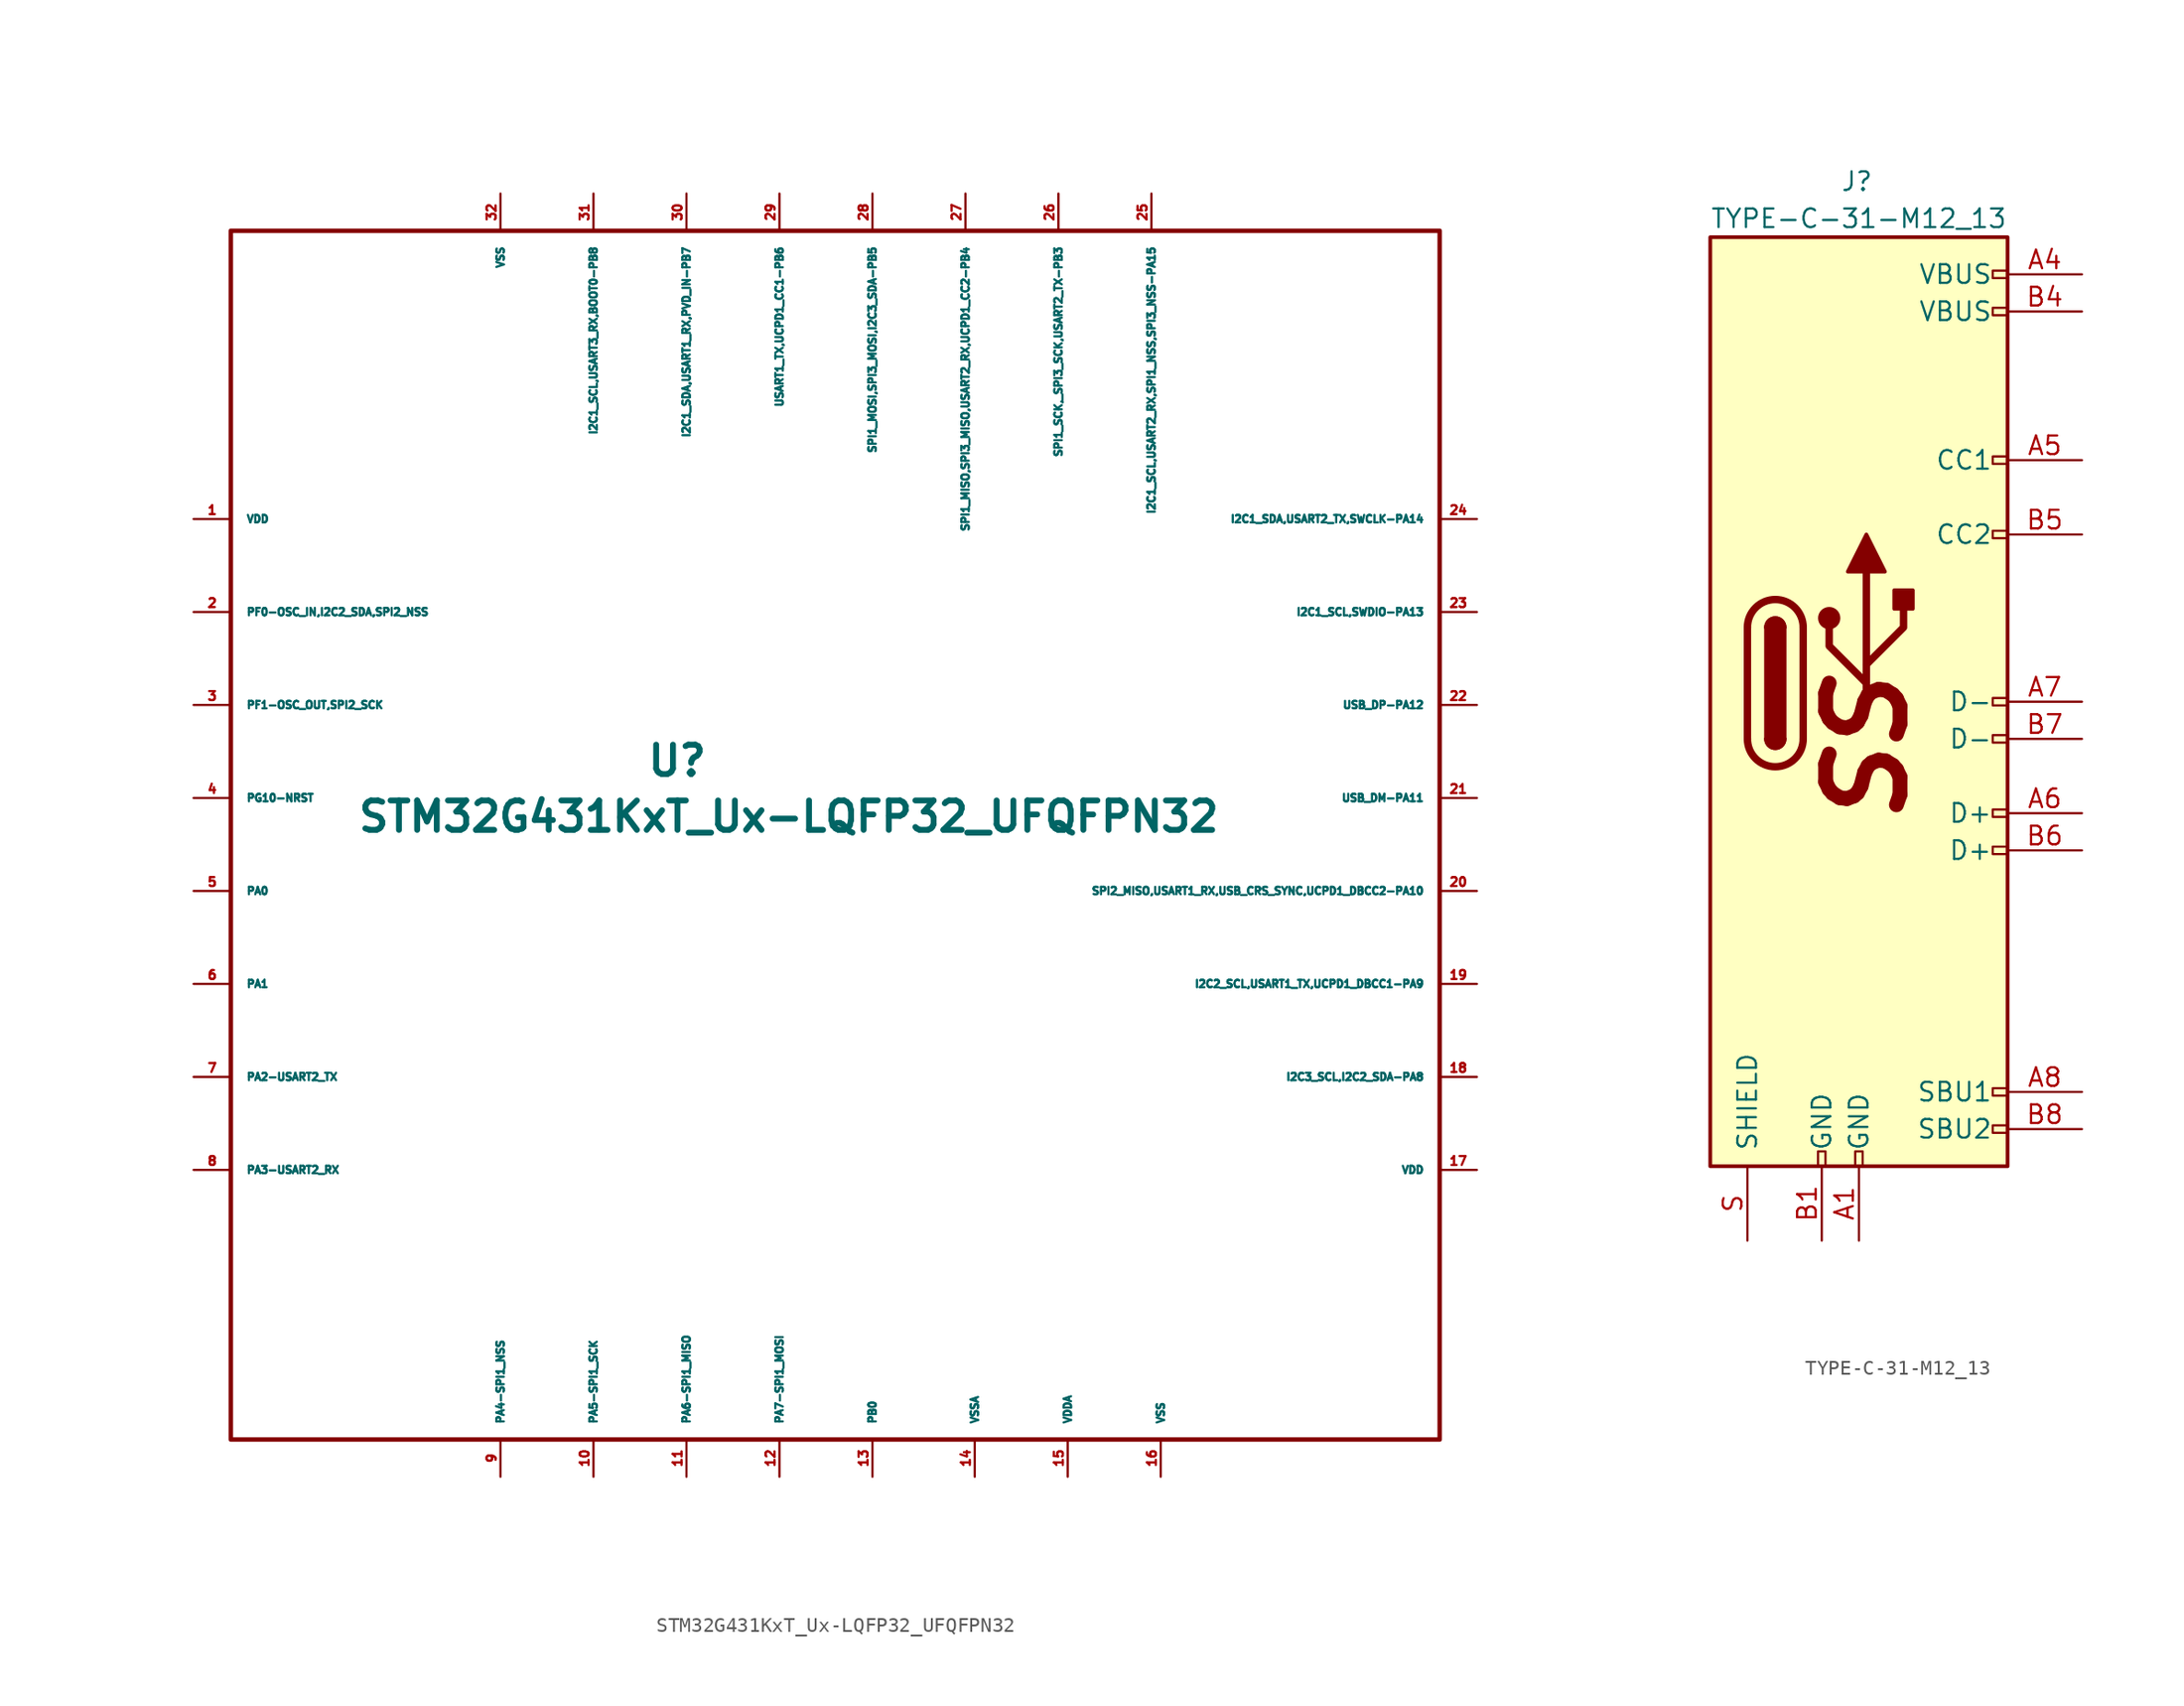
<source format=kicad_sym>
(kicad_symbol_lib
  (version 20211014)
  (generator kicad_symbol_editor)
  (symbol "STM32G431KxT_Ux-LQFP32_UFQFPN32"
    (pin_names
      (offset 1.016))
    (property "Reference" "U"
      (at -10.16 5.715 0)
      (effects (font (size 2.007 2.007) bold)))
    (property "Value" "STM32G431KxT_Ux-LQFP32_UFQFPN32"
      (at -2.54 1.905 0)
      (effects (font (size 2.007 2.007) bold)))
    (symbol "STM32G431KxT_Ux-LQFP32_UFQFPN32_0_1"
      (rectangle (start 41.91 41.91) (end -40.64 -40.64) (stroke (width 0.305) (type default) (color 0 0 0 0)) (fill (type none))))
    (symbol "STM32G431KxT_Ux-LQFP32_UFQFPN32_1_1"
      (pin power_in line (at -43.18 22.225 0) (length 2.54) (name "VDD" (effects (font (size 0.508 0.508)))) (number "1" (effects (font (size 0.61 0.61)))))
      (pin bidirectional line (at -15.875 -43.18 90) (length 2.54) (name "PA5-SPI1_SCK" (effects (font (size 0.508 0.508)))) (number "10" (effects (font (size 0.61 0.61)))))
      (pin bidirectional line (at -9.525 -43.18 90) (length 2.54) (name "PA6-SPI1_MISO" (effects (font (size 0.508 0.508)))) (number "11" (effects (font (size 0.61 0.61)))))
      (pin bidirectional line (at -3.175 -43.18 90) (length 2.54) (name "PA7-SPI1_MOSI" (effects (font (size 0.508 0.508)))) (number "12" (effects (font (size 0.61 0.61)))))
      (pin bidirectional line (at 3.175 -43.18 90) (length 2.54) (name "PB0" (effects (font (size 0.508 0.508)))) (number "13" (effects (font (size 0.61 0.61)))))
      (pin power_in line (at 10.16 -43.18 90) (length 2.54) (name "VSSA" (effects (font (size 0.508 0.508)))) (number "14" (effects (font (size 0.61 0.61)))))
      (pin power_in line (at 16.51 -43.18 90) (length 2.54) (name "VDDA" (effects (font (size 0.508 0.508)))) (number "15" (effects (font (size 0.61 0.61)))))
      (pin power_in line (at 22.86 -43.18 90) (length 2.54) (name "VSS" (effects (font (size 0.508 0.508)))) (number "16" (effects (font (size 0.61 0.61)))))
      (pin power_in line (at 44.45 -22.225 180) (length 2.54) (name "VDD" (effects (font (size 0.508 0.508)))) (number "17" (effects (font (size 0.61 0.61)))))
      (pin bidirectional line (at 44.45 -15.875 180) (length 2.54) (name "I2C3_SCL,I2C2_SDA-PA8" (effects (font (size 0.508 0.508)))) (number "18" (effects (font (size 0.61 0.61)))))
      (pin bidirectional line (at 44.45 -9.525 180) (length 2.54) (name "I2C2_SCL,USART1_TX,UCPD1_DBCC1-PA9" (effects (font (size 0.508 0.508)))) (number "19" (effects (font (size 0.61 0.61)))))
      (pin bidirectional line (at -43.18 15.875 0) (length 2.54) (name "PF0-OSC_IN,I2C2_SDA,SPI2_NSS" (effects (font (size 0.508 0.508)))) (number "2" (effects (font (size 0.61 0.61)))))
      (pin bidirectional line (at 44.45 -3.175 180) (length 2.54) (name "SPI2_MISO,USART1_RX,USB_CRS_SYNC,UCPD1_DBCC2-PA10" (effects (font (size 0.508 0.508)))) (number "20" (effects (font (size 0.61 0.61)))))
      (pin bidirectional line (at 44.45 3.175 180) (length 2.54) (name "USB_DM-PA11" (effects (font (size 0.508 0.508)))) (number "21" (effects (font (size 0.61 0.61)))))
      (pin bidirectional line (at 44.45 9.525 180) (length 2.54) (name "USB_DP-PA12" (effects (font (size 0.508 0.508)))) (number "22" (effects (font (size 0.61 0.61)))))
      (pin bidirectional line (at 44.45 15.875 180) (length 2.54) (name "I2C1_SCL,SWDIO-PA13" (effects (font (size 0.508 0.508)))) (number "23" (effects (font (size 0.61 0.61)))))
      (pin bidirectional line (at 44.45 22.225 180) (length 2.54) (name "I2C1_SDA,USART2_TX,SWCLK-PA14" (effects (font (size 0.508 0.508)))) (number "24" (effects (font (size 0.61 0.61)))))
      (pin bidirectional line (at 22.225 44.45 270) (length 2.54) (name "I2C1_SCL,USART2_RX,SPI1_NSS,SPI3_NSS-PA15" (effects (font (size 0.508 0.508)))) (number "25" (effects (font (size 0.61 0.61)))))
      (pin bidirectional line (at 15.875 44.45 270) (length 2.54) (name "SPI1_SCK,_SPI3_SCK,USART2_TX-PB3" (effects (font (size 0.508 0.508)))) (number "26" (effects (font (size 0.61 0.61)))))
      (pin bidirectional line (at 9.525 44.45 270) (length 2.54) (name "SPI1_MISO,SPI3_MISO,USART2_RX,UCPD1_CC2-PB4" (effects (font (size 0.508 0.508)))) (number "27" (effects (font (size 0.61 0.61)))))
      (pin bidirectional line (at 3.175 44.45 270) (length 2.54) (name "SPI1_MOSI,SPI3_MOSI,I2C3_SDA-PB5" (effects (font (size 0.508 0.508)))) (number "28" (effects (font (size 0.61 0.61)))))
      (pin bidirectional line (at -3.175 44.45 270) (length 2.54) (name "USART1_TX,UCPD1_CC1-PB6" (effects (font (size 0.508 0.508)))) (number "29" (effects (font (size 0.61 0.61)))))
      (pin bidirectional line (at -43.18 9.525 0) (length 2.54) (name "PF1-OSC_OUT,SPI2_SCK" (effects (font (size 0.508 0.508)))) (number "3" (effects (font (size 0.61 0.61)))))
      (pin bidirectional line (at -9.525 44.45 270) (length 2.54) (name "I2C1_SDA,USART1_RX,PVD_IN-PB7" (effects (font (size 0.508 0.508)))) (number "30" (effects (font (size 0.61 0.61)))))
      (pin bidirectional line (at -15.875 44.45 270) (length 2.54) (name "I2C1_SCL,USART3_RX,BOOT0-PB8" (effects (font (size 0.508 0.508)))) (number "31" (effects (font (size 0.61 0.61)))))
      (pin power_in line (at -22.225 44.45 270) (length 2.54) (name "VSS" (effects (font (size 0.508 0.508)))) (number "32" (effects (font (size 0.61 0.61)))))
      (pin input line (at -43.18 3.175 0) (length 2.54) (name "PG10-NRST" (effects (font (size 0.508 0.508)))) (number "4" (effects (font (size 0.61 0.61)))))
      (pin bidirectional line (at -43.18 -3.175 0) (length 2.54) (name "PA0" (effects (font (size 0.508 0.508)))) (number "5" (effects (font (size 0.61 0.61)))))
      (pin bidirectional line (at -43.18 -9.525 0) (length 2.54) (name "PA1" (effects (font (size 0.508 0.508)))) (number "6" (effects (font (size 0.61 0.61)))))
      (pin bidirectional line (at -43.18 -15.875 0) (length 2.54) (name "PA2-USART2_TX" (effects (font (size 0.508 0.508)))) (number "7" (effects (font (size 0.61 0.61)))))
      (pin bidirectional line (at -43.18 -22.225 0) (length 2.54) (name "PA3-USART2_RX" (effects (font (size 0.508 0.508)))) (number "8" (effects (font (size 0.61 0.61)))))
      (pin bidirectional line (at -22.225 -43.18 90) (length 2.54) (name "PA4-SPI1_NSS" (effects (font (size 0.508 0.508)))) (number "9" (effects (font (size 0.61 0.61)))))))
  (symbol "TYPE-C-31-M12_13"
    (pin_names
      (offset 1.016))
    (property "Reference" "J"
      (at -1.27 35.56 0)
      (effects (font (size 1.27 1.27)) (justify left)))
    (property "Value" "TYPE-C-31-M12_13"
      (at 10.16 33.02 0)
      (effects (font (size 1.27 1.27)) (justify right)))
    (symbol "TYPE-C-31-M12_13_0_0"
      (rectangle (start -0.254 -31.75) (end 0.254 -30.734) (stroke (width 0) (type default) (color 0 0 0 0)) (fill (type none)))
      (rectangle (start 10.16 -28.956) (end 9.144 -29.464) (stroke (width 0) (type default) (color 0 0 0 0)) (fill (type none)))
      (rectangle (start 10.16 -26.416) (end 9.144 -26.924) (stroke (width 0) (type default) (color 0 0 0 0)) (fill (type none)))
      (rectangle (start 10.16 -9.906) (end 9.144 -10.414) (stroke (width 0) (type default) (color 0 0 0 0)) (fill (type none)))
      (rectangle (start 10.16 -7.366) (end 9.144 -7.874) (stroke (width 0) (type default) (color 0 0 0 0)) (fill (type none)))
      (rectangle (start 10.16 -2.286) (end 9.144 -2.794) (stroke (width 0) (type default) (color 0 0 0 0)) (fill (type none)))
      (rectangle (start 10.16 0.254) (end 9.144 -0.254) (stroke (width 0) (type default) (color 0 0 0 0)) (fill (type none)))
      (rectangle (start 10.16 11.684) (end 9.144 11.176) (stroke (width 0) (type default) (color 0 0 0 0)) (fill (type none)))
      (rectangle (start 10.16 16.764) (end 9.144 16.256) (stroke (width 0) (type default) (color 0 0 0 0)) (fill (type none)))
      (rectangle (start 10.16 29.464) (end 9.144 28.956) (stroke (width 0) (type default) (color 0 0 0 0)) (fill (type none)))
      (text "SS" (at 0.508 -3.175 900) (effects (font (size 5.08 5.08) bold italic))))
    (symbol "TYPE-C-31-M12_13_0_1"
      (rectangle (start -10.16 31.75) (end 10.16 -31.75) (stroke (width 0.254) (type default) (color 0 0 0 0)) (fill (type background)))
      (arc (start -7.62 -2.54) (mid -5.715 -4.445) (end -3.81 -2.54) (stroke (width 0.508) (type default) (color 0 0 0 0)) (fill (type none)))
      (arc (start -6.35 -2.54) (mid -5.715 -3.175) (end -5.08 -2.54) (stroke (width 0.254) (type default) (color 0 0 0 0)) (fill (type none)))
      (arc (start -6.35 -2.54) (mid -5.715 -3.175) (end -5.08 -2.54) (stroke (width 0.254) (type default) (color 0 0 0 0)) (fill (type outline)))
      (rectangle (start -6.35 -2.54) (end -5.08 5.08) (stroke (width 0.254) (type default) (color 0 0 0 0)) (fill (type outline)))
      (arc (start -5.08 5.08) (mid -5.715 5.715) (end -6.35 5.08) (stroke (width 0.254) (type default) (color 0 0 0 0)) (fill (type none)))
      (arc (start -5.08 5.08) (mid -5.715 5.715) (end -6.35 5.08) (stroke (width 0.254) (type default) (color 0 0 0 0)) (fill (type outline)))
      (arc (start -3.81 5.08) (mid -5.715 6.985) (end -7.62 5.08) (stroke (width 0.508) (type default) (color 0 0 0 0)) (fill (type none)))
      (circle (center -2.032 5.715) (radius 0.635) (stroke (width 0.254) (type default) (color 0 0 0 0)) (fill (type outline)))
      (polyline (pts (xy -7.62 -2.54) (xy -7.62 5.08)) (stroke (width 0.508) (type default) (color 0 0 0 0)) (fill (type none)))
      (polyline (pts (xy -3.81 5.08) (xy -3.81 -2.54)) (stroke (width 0.508) (type default) (color 0 0 0 0)) (fill (type none)))
      (polyline (pts (xy 0.508 0) (xy 0.508 8.89)) (stroke (width 0.508) (type default) (color 0 0 0 0)) (fill (type none)))
      (polyline (pts (xy 0.508 1.27) (xy -2.032 3.81) (xy -2.032 5.08)) (stroke (width 0.508) (type default) (color 0 0 0 0)) (fill (type none)))
      (polyline (pts (xy 0.508 2.54) (xy 3.048 5.08) (xy 3.048 6.35)) (stroke (width 0.508) (type default) (color 0 0 0 0)) (fill (type none)))
      (polyline (pts (xy -0.762 8.89) (xy 0.508 11.43) (xy 1.778 8.89) (xy -0.762 8.89)) (stroke (width 0.254) (type default) (color 0 0 0 0)) (fill (type outline)))
      (rectangle (start 2.413 6.35) (end 3.683 7.62) (stroke (width 0.254) (type default) (color 0 0 0 0)) (fill (type outline))))
    (symbol "TYPE-C-31-M12_13_1_1"
      (rectangle (start -2.794 -31.75) (end -2.286 -30.734) (stroke (width 0) (type default) (color 0 0 0 0)) (fill (type none)))
      (rectangle (start 10.16 26.924) (end 9.144 26.416) (stroke (width 0) (type default) (color 0 0 0 0)) (fill (type none)))
      (pin power_out line (at 0 -36.83 90) (length 5.08) (name "GND" (effects (font (size 1.27 1.27)))) (number "A1" (effects (font (size 1.27 1.27)))))
      (pin power_out line (at 15.24 29.21 180) (length 5.08) (name "VBUS" (effects (font (size 1.27 1.27)))) (number "A4" (effects (font (size 1.27 1.27)))))
      (pin bidirectional line (at 15.24 16.51 180) (length 5.08) (name "CC1" (effects (font (size 1.27 1.27)))) (number "A5" (effects (font (size 1.27 1.27)))))
      (pin bidirectional line (at 15.24 -7.62 180) (length 5.08) (name "D+" (effects (font (size 1.27 1.27)))) (number "A6" (effects (font (size 1.27 1.27)))))
      (pin bidirectional line (at 15.24 0 180) (length 5.08) (name "D-" (effects (font (size 1.27 1.27)))) (number "A7" (effects (font (size 1.27 1.27)))))
      (pin bidirectional line (at 15.24 -26.67 180) (length 5.08) (name "SBU1" (effects (font (size 1.27 1.27)))) (number "A8" (effects (font (size 1.27 1.27)))))
      (pin power_out line (at -2.54 -36.83 90) (length 5.08) (name "GND" (effects (font (size 1.27 1.27)))) (number "B1" (effects (font (size 1.27 1.27)))))
      (pin power_out line (at 15.24 26.67 180) (length 5.08) (name "VBUS" (effects (font (size 1.27 1.27)))) (number "B4" (effects (font (size 1.27 1.27)))))
      (pin bidirectional line (at 15.24 11.43 180) (length 5.08) (name "CC2" (effects (font (size 1.27 1.27)))) (number "B5" (effects (font (size 1.27 1.27)))))
      (pin bidirectional line (at 15.24 -10.16 180) (length 5.08) (name "D+" (effects (font (size 1.27 1.27)))) (number "B6" (effects (font (size 1.27 1.27)))))
      (pin bidirectional line (at 15.24 -2.54 180) (length 5.08) (name "D-" (effects (font (size 1.27 1.27)))) (number "B7" (effects (font (size 1.27 1.27)))))
      (pin bidirectional line (at 15.24 -29.21 180) (length 5.08) (name "SBU2" (effects (font (size 1.27 1.27)))) (number "B8" (effects (font (size 1.27 1.27)))))
      (pin passive line (at -7.62 -36.83 90) (length 5.08) (name "SHIELD" (effects (font (size 1.27 1.27)))) (number "S" (effects (font (size 1.27 1.27))))))))
</source>
